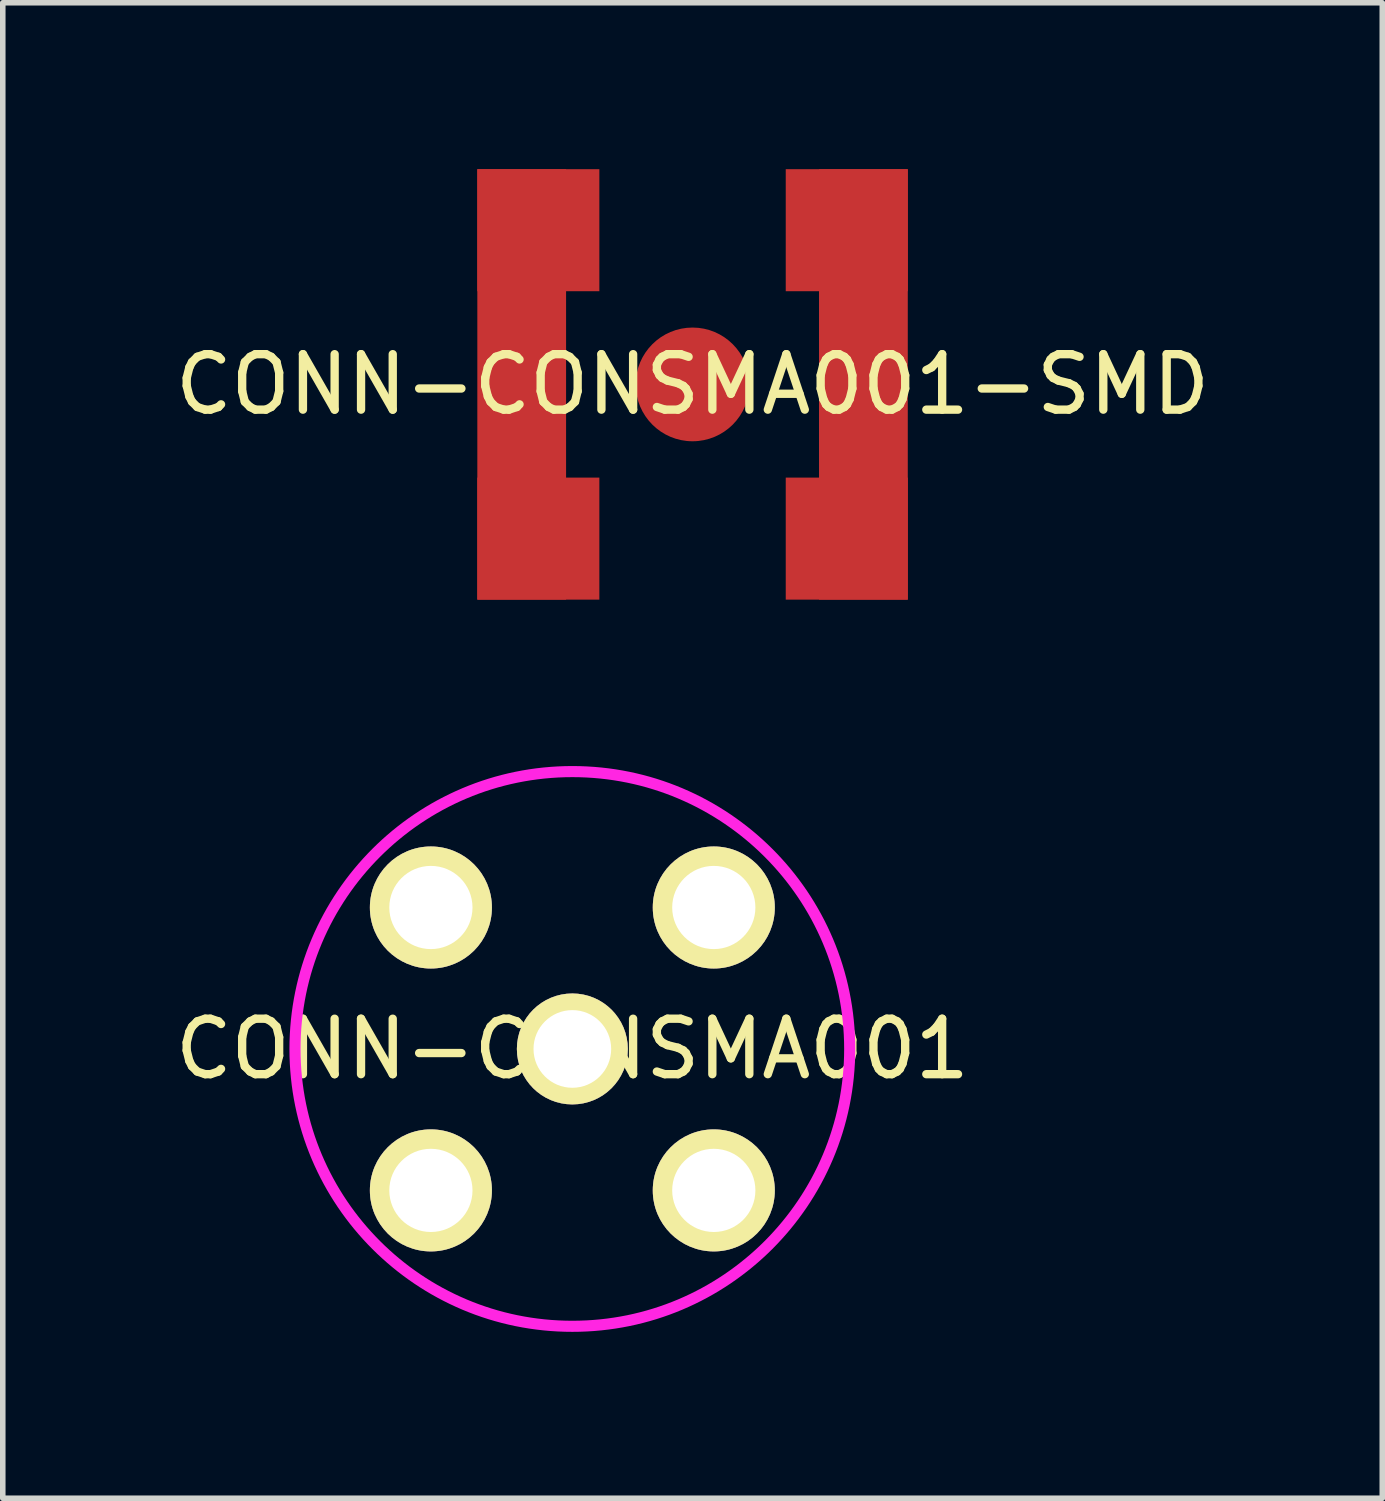
<source format=kicad_pcb>
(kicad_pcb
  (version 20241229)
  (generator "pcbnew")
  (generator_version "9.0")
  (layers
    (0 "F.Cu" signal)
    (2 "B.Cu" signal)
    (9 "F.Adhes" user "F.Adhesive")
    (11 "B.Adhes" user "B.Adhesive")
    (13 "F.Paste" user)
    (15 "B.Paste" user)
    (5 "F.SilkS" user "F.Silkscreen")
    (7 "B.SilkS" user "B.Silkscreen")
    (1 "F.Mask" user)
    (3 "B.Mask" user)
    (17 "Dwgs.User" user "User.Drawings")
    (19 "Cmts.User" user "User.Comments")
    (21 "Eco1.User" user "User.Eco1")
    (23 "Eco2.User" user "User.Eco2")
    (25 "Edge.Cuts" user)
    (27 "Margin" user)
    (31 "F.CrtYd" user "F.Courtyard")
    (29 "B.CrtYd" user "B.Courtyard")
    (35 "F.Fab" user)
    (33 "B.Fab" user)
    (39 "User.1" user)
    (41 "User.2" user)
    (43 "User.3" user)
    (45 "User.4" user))
  (footprint "CONN-CONSMA001"
    (layer "F.Cu")
    (at 7.268 15.86)
    (property "Reference" "CONN-CONSMA001" (at 0 0 0) (layer "F.SilkS") (effects (font (size 1 1) (thickness 0.15))))
    (attr through_hole)
    (fp_circle (center 0 0) (end 5 0) (stroke (width 0.2) (type solid)) (fill no) (layer "F.CrtYd"))
    (pad "1" thru_hole circle (at 0 0) (size 2 2) (drill 1.4) (layers "*.Cu" "*.Mask" "F.SilkS"))
    (pad "2" thru_hole circle (at -2.55 -2.55) (size 2.2 2.2) (drill 1.5) (layers "*.Cu" "*.Mask" "F.SilkS"))
    (pad "2" thru_hole circle (at -2.55 2.55) (size 2.2 2.2) (drill 1.5) (layers "*.Cu" "*.Mask" "F.SilkS"))
    (pad "2" thru_hole circle (at 2.55 -2.55) (size 2.2 2.2) (drill 1.5) (layers "*.Cu" "*.Mask" "F.SilkS"))
    (pad "2" thru_hole circle (at 2.55 2.55) (size 2.2 2.2) (drill 1.5) (layers "*.Cu" "*.Mask" "F.SilkS")))
  (footprint "CONN-CONSMA001-SMD"
    (layer "F.Cu")
    (at 9.435 3.88)
    (property "Reference" "CONN-CONSMA001-SMD" (at 0 0 0) (layer "F.SilkS") (effects (font (size 1 1) (thickness 0.15))))
    (attr through_hole)
    (pad "1" smd circle (at 0 0) (size 2.05 2.05) (layers "F.Cu" "F.Mask" "F.Paste"))
    (pad "2" smd rect (at -3.08 0) (size 1.6 7.76) (layers "F.Cu" "F.Mask" "F.Paste"))
    (pad "2" smd rect (at -2.78 -2.78) (size 2.2 2.2) (layers "F.Cu" "F.Mask" "F.Paste"))
    (pad "2" smd rect (at -2.78 2.78) (size 2.2 2.2) (layers "F.Cu" "F.Mask" "F.Paste"))
    (pad "2" smd rect (at 2.78 -2.78) (size 2.2 2.2) (layers "F.Cu" "F.Mask" "F.Paste"))
    (pad "2" smd rect (at 2.78 2.78) (size 2.2 2.2) (layers "F.Cu" "F.Mask" "F.Paste"))
    (pad "2" smd rect (at 3.08 0) (size 1.6 7.76) (layers "F.Cu" "F.Mask" "F.Paste")))
  (gr_rect
    (start -3 -3)
    (end 21.869 23.96)
    (stroke (width 0.1) (type default))
    (fill no)
    (layer "Edge.Cuts")))
</source>
